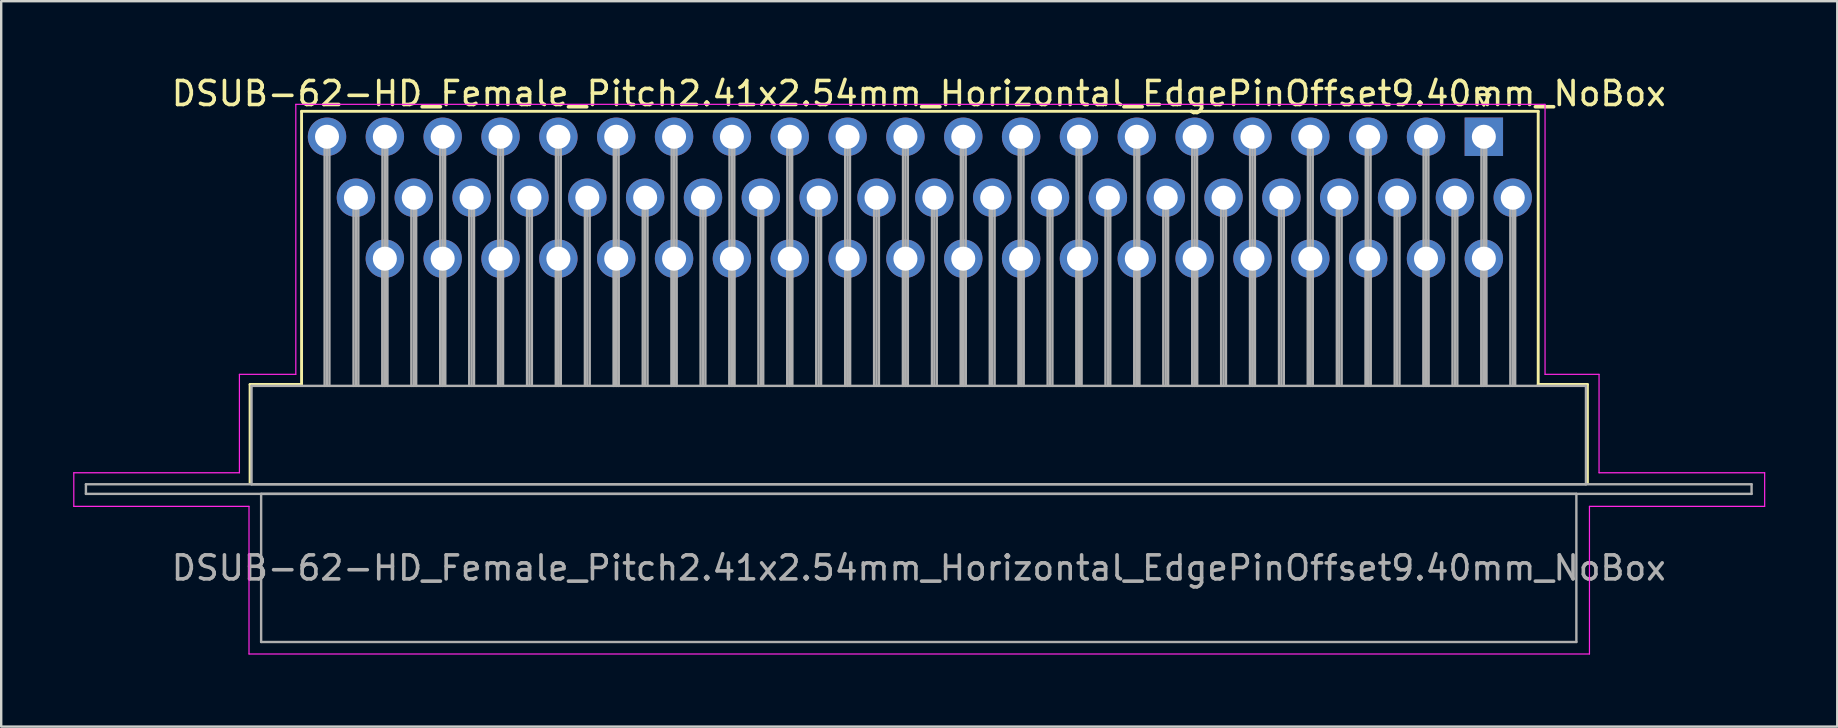
<source format=kicad_pcb>
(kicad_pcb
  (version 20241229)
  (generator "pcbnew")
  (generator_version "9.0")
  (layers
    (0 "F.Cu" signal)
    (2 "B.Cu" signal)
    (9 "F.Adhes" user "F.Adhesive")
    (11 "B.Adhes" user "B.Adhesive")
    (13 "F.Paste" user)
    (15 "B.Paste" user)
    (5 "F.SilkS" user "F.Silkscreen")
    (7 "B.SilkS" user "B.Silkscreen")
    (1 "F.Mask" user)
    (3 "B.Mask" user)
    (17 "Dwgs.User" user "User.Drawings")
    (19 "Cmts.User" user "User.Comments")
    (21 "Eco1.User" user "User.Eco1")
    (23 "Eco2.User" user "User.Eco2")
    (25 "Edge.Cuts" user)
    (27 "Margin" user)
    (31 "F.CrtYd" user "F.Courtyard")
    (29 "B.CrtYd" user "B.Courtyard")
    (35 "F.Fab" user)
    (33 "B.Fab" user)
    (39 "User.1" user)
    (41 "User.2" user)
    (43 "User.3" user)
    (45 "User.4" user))
  (footprint "DSUB-62-HD_Female_Pitch2.41x2.54mm_Horizontal_EdgePinOffset9.40mm_NoBox"
    (layer "F.Cu")
    (at 58.775 2.648)
    (property "Reference" "DSUB-62-HD_Female_Pitch2.41x2.54mm_Horizontal_EdgePinOffset9.40mm_NoBox" (at -23.545 -1.8 0) (layer "F.SilkS") (effects (font (size 1 1) (thickness 0.15))))
    (attr through_hole)
    (fp_line (start -51.405 10.32) (end -49.26 10.32) (stroke (width 0.12) (type solid)) (layer "F.SilkS"))
    (fp_line (start -51.405 14.42) (end -51.405 10.32) (stroke (width 0.12) (type solid)) (layer "F.SilkS"))
    (fp_line (start -49.26 -1.06) (end 2.265 -1.06) (stroke (width 0.12) (type solid)) (layer "F.SilkS"))
    (fp_line (start -49.26 10.32) (end -49.26 -1.06) (stroke (width 0.12) (type solid)) (layer "F.SilkS"))
    (fp_line (start -0.25 -1.754) (end 0.25 -1.754) (stroke (width 0.12) (type solid)) (layer "F.SilkS"))
    (fp_line (start 0 -1.321) (end -0.25 -1.754) (stroke (width 0.12) (type solid)) (layer "F.SilkS"))
    (fp_line (start 0.25 -1.754) (end 0 -1.321) (stroke (width 0.12) (type solid)) (layer "F.SilkS"))
    (fp_line (start 2.265 -1.06) (end 2.265 10.32) (stroke (width 0.12) (type solid)) (layer "F.SilkS"))
    (fp_line (start 2.265 10.32) (end 4.315 10.32) (stroke (width 0.12) (type solid)) (layer "F.SilkS"))
    (fp_line (start 4.315 10.32) (end 4.315 14.42) (stroke (width 0.12) (type solid)) (layer "F.SilkS"))
    (fp_line (start -58.75 14) (end -51.85 14) (stroke (width 0.05) (type solid)) (layer "F.CrtYd"))
    (fp_line (start -58.75 15.4) (end -58.75 14) (stroke (width 0.05) (type solid)) (layer "F.CrtYd"))
    (fp_line (start -51.85 9.9) (end -49.5 9.9) (stroke (width 0.05) (type solid)) (layer "F.CrtYd"))
    (fp_line (start -51.85 14) (end -51.85 9.9) (stroke (width 0.05) (type solid)) (layer "F.CrtYd"))
    (fp_line (start -51.45 15.4) (end -58.75 15.4) (stroke (width 0.05) (type solid)) (layer "F.CrtYd"))
    (fp_line (start -51.45 21.55) (end -51.45 15.4) (stroke (width 0.05) (type solid)) (layer "F.CrtYd"))
    (fp_line (start -49.5 -1.35) (end 2.55 -1.35) (stroke (width 0.05) (type solid)) (layer "F.CrtYd"))
    (fp_line (start -49.5 9.9) (end -49.5 -1.35) (stroke (width 0.05) (type solid)) (layer "F.CrtYd"))
    (fp_line (start 2.55 -1.35) (end 2.55 9.9) (stroke (width 0.05) (type solid)) (layer "F.CrtYd"))
    (fp_line (start 2.55 9.9) (end 4.8 9.9) (stroke (width 0.05) (type solid)) (layer "F.CrtYd"))
    (fp_line (start 4.4 15.4) (end 4.4 21.55) (stroke (width 0.05) (type solid)) (layer "F.CrtYd"))
    (fp_line (start 4.4 21.55) (end -51.45 21.55) (stroke (width 0.05) (type solid)) (layer "F.CrtYd"))
    (fp_line (start 4.8 9.9) (end 4.8 14) (stroke (width 0.05) (type solid)) (layer "F.CrtYd"))
    (fp_line (start 4.8 14) (end 11.7 14) (stroke (width 0.05) (type solid)) (layer "F.CrtYd"))
    (fp_line (start 11.7 14) (end 11.7 15.4) (stroke (width 0.05) (type solid)) (layer "F.CrtYd"))
    (fp_line (start 11.7 15.4) (end 4.4 15.4) (stroke (width 0.05) (type solid)) (layer "F.CrtYd"))
    (fp_line (start -58.245 14.48) (end -58.245 14.88) (stroke (width 0.1) (type solid)) (layer "F.Fab"))
    (fp_line (start -58.245 14.88) (end 11.155 14.88) (stroke (width 0.1) (type solid)) (layer "F.Fab"))
    (fp_line (start -51.345 10.38) (end -51.345 14.48) (stroke (width 0.1) (type solid)) (layer "F.Fab"))
    (fp_line (start -51.345 14.48) (end 4.255 14.48) (stroke (width 0.1) (type solid)) (layer "F.Fab"))
    (fp_line (start -50.945 14.88) (end -50.945 21.05) (stroke (width 0.1) (type solid)) (layer "F.Fab"))
    (fp_line (start -50.945 21.05) (end 3.855 21.05) (stroke (width 0.1) (type solid)) (layer "F.Fab"))
    (fp_line (start -48.3 0) (end -48.3 10.38) (stroke (width 0.1) (type solid)) (layer "F.Fab"))
    (fp_line (start -48.2 0) (end -48.2 10.38) (stroke (width 0.1) (type solid)) (layer "F.Fab"))
    (fp_line (start -48.1 0) (end -48.1 10.38) (stroke (width 0.1) (type solid)) (layer "F.Fab"))
    (fp_line (start -47.095 2.54) (end -47.095 10.38) (stroke (width 0.1) (type solid)) (layer "F.Fab"))
    (fp_line (start -46.995 2.54) (end -46.995 10.38) (stroke (width 0.1) (type solid)) (layer "F.Fab"))
    (fp_line (start -46.895 2.54) (end -46.895 10.38) (stroke (width 0.1) (type solid)) (layer "F.Fab"))
    (fp_line (start -45.89 0) (end -45.89 10.38) (stroke (width 0.1) (type solid)) (layer "F.Fab"))
    (fp_line (start -45.89 5.08) (end -45.89 10.38) (stroke (width 0.1) (type solid)) (layer "F.Fab"))
    (fp_line (start -45.79 0) (end -45.79 10.38) (stroke (width 0.1) (type solid)) (layer "F.Fab"))
    (fp_line (start -45.79 5.08) (end -45.79 10.38) (stroke (width 0.1) (type solid)) (layer "F.Fab"))
    (fp_line (start -45.69 0) (end -45.69 10.38) (stroke (width 0.1) (type solid)) (layer "F.Fab"))
    (fp_line (start -45.69 5.08) (end -45.69 10.38) (stroke (width 0.1) (type solid)) (layer "F.Fab"))
    (fp_line (start -44.685 2.54) (end -44.685 10.38) (stroke (width 0.1) (type solid)) (layer "F.Fab"))
    (fp_line (start -44.585 2.54) (end -44.585 10.38) (stroke (width 0.1) (type solid)) (layer "F.Fab"))
    (fp_line (start -44.485 2.54) (end -44.485 10.38) (stroke (width 0.1) (type solid)) (layer "F.Fab"))
    (fp_line (start -43.48 0) (end -43.48 10.38) (stroke (width 0.1) (type solid)) (layer "F.Fab"))
    (fp_line (start -43.48 5.08) (end -43.48 10.38) (stroke (width 0.1) (type solid)) (layer "F.Fab"))
    (fp_line (start -43.38 0) (end -43.38 10.38) (stroke (width 0.1) (type solid)) (layer "F.Fab"))
    (fp_line (start -43.38 5.08) (end -43.38 10.38) (stroke (width 0.1) (type solid)) (layer "F.Fab"))
    (fp_line (start -43.28 0) (end -43.28 10.38) (stroke (width 0.1) (type solid)) (layer "F.Fab"))
    (fp_line (start -43.28 5.08) (end -43.28 10.38) (stroke (width 0.1) (type solid)) (layer "F.Fab"))
    (fp_line (start -42.275 2.54) (end -42.275 10.38) (stroke (width 0.1) (type solid)) (layer "F.Fab"))
    (fp_line (start -42.175 2.54) (end -42.175 10.38) (stroke (width 0.1) (type solid)) (layer "F.Fab"))
    (fp_line (start -42.075 2.54) (end -42.075 10.38) (stroke (width 0.1) (type solid)) (layer "F.Fab"))
    (fp_line (start -41.07 0) (end -41.07 10.38) (stroke (width 0.1) (type solid)) (layer "F.Fab"))
    (fp_line (start -41.07 5.08) (end -41.07 10.38) (stroke (width 0.1) (type solid)) (layer "F.Fab"))
    (fp_line (start -40.97 0) (end -40.97 10.38) (stroke (width 0.1) (type solid)) (layer "F.Fab"))
    (fp_line (start -40.97 5.08) (end -40.97 10.38) (stroke (width 0.1) (type solid)) (layer "F.Fab"))
    (fp_line (start -40.87 0) (end -40.87 10.38) (stroke (width 0.1) (type solid)) (layer "F.Fab"))
    (fp_line (start -40.87 5.08) (end -40.87 10.38) (stroke (width 0.1) (type solid)) (layer "F.Fab"))
    (fp_line (start -39.865 2.54) (end -39.865 10.38) (stroke (width 0.1) (type solid)) (layer "F.Fab"))
    (fp_line (start -39.765 2.54) (end -39.765 10.38) (stroke (width 0.1) (type solid)) (layer "F.Fab"))
    (fp_line (start -39.665 2.54) (end -39.665 10.38) (stroke (width 0.1) (type solid)) (layer "F.Fab"))
    (fp_line (start -38.66 0) (end -38.66 10.38) (stroke (width 0.1) (type solid)) (layer "F.Fab"))
    (fp_line (start -38.66 5.08) (end -38.66 10.38) (stroke (width 0.1) (type solid)) (layer "F.Fab"))
    (fp_line (start -38.56 0) (end -38.56 10.38) (stroke (width 0.1) (type solid)) (layer "F.Fab"))
    (fp_line (start -38.56 5.08) (end -38.56 10.38) (stroke (width 0.1) (type solid)) (layer "F.Fab"))
    (fp_line (start -38.46 0) (end -38.46 10.38) (stroke (width 0.1) (type solid)) (layer "F.Fab"))
    (fp_line (start -38.46 5.08) (end -38.46 10.38) (stroke (width 0.1) (type solid)) (layer "F.Fab"))
    (fp_line (start -37.455 2.54) (end -37.455 10.38) (stroke (width 0.1) (type solid)) (layer "F.Fab"))
    (fp_line (start -37.355 2.54) (end -37.355 10.38) (stroke (width 0.1) (type solid)) (layer "F.Fab"))
    (fp_line (start -37.255 2.54) (end -37.255 10.38) (stroke (width 0.1) (type solid)) (layer "F.Fab"))
    (fp_line (start -36.25 0) (end -36.25 10.38) (stroke (width 0.1) (type solid)) (layer "F.Fab"))
    (fp_line (start -36.25 5.08) (end -36.25 10.38) (stroke (width 0.1) (type solid)) (layer "F.Fab"))
    (fp_line (start -36.15 0) (end -36.15 10.38) (stroke (width 0.1) (type solid)) (layer "F.Fab"))
    (fp_line (start -36.15 5.08) (end -36.15 10.38) (stroke (width 0.1) (type solid)) (layer "F.Fab"))
    (fp_line (start -36.05 0) (end -36.05 10.38) (stroke (width 0.1) (type solid)) (layer "F.Fab"))
    (fp_line (start -36.05 5.08) (end -36.05 10.38) (stroke (width 0.1) (type solid)) (layer "F.Fab"))
    (fp_line (start -35.045 2.54) (end -35.045 10.38) (stroke (width 0.1) (type solid)) (layer "F.Fab"))
    (fp_line (start -34.945 2.54) (end -34.945 10.38) (stroke (width 0.1) (type solid)) (layer "F.Fab"))
    (fp_line (start -34.845 2.54) (end -34.845 10.38) (stroke (width 0.1) (type solid)) (layer "F.Fab"))
    (fp_line (start -33.84 0) (end -33.84 10.38) (stroke (width 0.1) (type solid)) (layer "F.Fab"))
    (fp_line (start -33.84 5.08) (end -33.84 10.38) (stroke (width 0.1) (type solid)) (layer "F.Fab"))
    (fp_line (start -33.74 0) (end -33.74 10.38) (stroke (width 0.1) (type solid)) (layer "F.Fab"))
    (fp_line (start -33.74 5.08) (end -33.74 10.38) (stroke (width 0.1) (type solid)) (layer "F.Fab"))
    (fp_line (start -33.64 0) (end -33.64 10.38) (stroke (width 0.1) (type solid)) (layer "F.Fab"))
    (fp_line (start -33.64 5.08) (end -33.64 10.38) (stroke (width 0.1) (type solid)) (layer "F.Fab"))
    (fp_line (start -32.635 2.54) (end -32.635 10.38) (stroke (width 0.1) (type solid)) (layer "F.Fab"))
    (fp_line (start -32.535 2.54) (end -32.535 10.38) (stroke (width 0.1) (type solid)) (layer "F.Fab"))
    (fp_line (start -32.435 2.54) (end -32.435 10.38) (stroke (width 0.1) (type solid)) (layer "F.Fab"))
    (fp_line (start -31.43 0) (end -31.43 10.38) (stroke (width 0.1) (type solid)) (layer "F.Fab"))
    (fp_line (start -31.43 5.08) (end -31.43 10.38) (stroke (width 0.1) (type solid)) (layer "F.Fab"))
    (fp_line (start -31.33 0) (end -31.33 10.38) (stroke (width 0.1) (type solid)) (layer "F.Fab"))
    (fp_line (start -31.33 5.08) (end -31.33 10.38) (stroke (width 0.1) (type solid)) (layer "F.Fab"))
    (fp_line (start -31.23 0) (end -31.23 10.38) (stroke (width 0.1) (type solid)) (layer "F.Fab"))
    (fp_line (start -31.23 5.08) (end -31.23 10.38) (stroke (width 0.1) (type solid)) (layer "F.Fab"))
    (fp_line (start -30.225 2.54) (end -30.225 10.38) (stroke (width 0.1) (type solid)) (layer "F.Fab"))
    (fp_line (start -30.125 2.54) (end -30.125 10.38) (stroke (width 0.1) (type solid)) (layer "F.Fab"))
    (fp_line (start -30.025 2.54) (end -30.025 10.38) (stroke (width 0.1) (type solid)) (layer "F.Fab"))
    (fp_line (start -29.02 0) (end -29.02 10.38) (stroke (width 0.1) (type solid)) (layer "F.Fab"))
    (fp_line (start -29.02 5.08) (end -29.02 10.38) (stroke (width 0.1) (type solid)) (layer "F.Fab"))
    (fp_line (start -28.92 0) (end -28.92 10.38) (stroke (width 0.1) (type solid)) (layer "F.Fab"))
    (fp_line (start -28.92 5.08) (end -28.92 10.38) (stroke (width 0.1) (type solid)) (layer "F.Fab"))
    (fp_line (start -28.82 0) (end -28.82 10.38) (stroke (width 0.1) (type solid)) (layer "F.Fab"))
    (fp_line (start -28.82 5.08) (end -28.82 10.38) (stroke (width 0.1) (type solid)) (layer "F.Fab"))
    (fp_line (start -27.815 2.54) (end -27.815 10.38) (stroke (width 0.1) (type solid)) (layer "F.Fab"))
    (fp_line (start -27.715 2.54) (end -27.715 10.38) (stroke (width 0.1) (type solid)) (layer "F.Fab"))
    (fp_line (start -27.615 2.54) (end -27.615 10.38) (stroke (width 0.1) (type solid)) (layer "F.Fab"))
    (fp_line (start -26.61 0) (end -26.61 10.38) (stroke (width 0.1) (type solid)) (layer "F.Fab"))
    (fp_line (start -26.61 5.08) (end -26.61 10.38) (stroke (width 0.1) (type solid)) (layer "F.Fab"))
    (fp_line (start -26.51 0) (end -26.51 10.38) (stroke (width 0.1) (type solid)) (layer "F.Fab"))
    (fp_line (start -26.51 5.08) (end -26.51 10.38) (stroke (width 0.1) (type solid)) (layer "F.Fab"))
    (fp_line (start -26.41 0) (end -26.41 10.38) (stroke (width 0.1) (type solid)) (layer "F.Fab"))
    (fp_line (start -26.41 5.08) (end -26.41 10.38) (stroke (width 0.1) (type solid)) (layer "F.Fab"))
    (fp_line (start -25.405 2.54) (end -25.405 10.38) (stroke (width 0.1) (type solid)) (layer "F.Fab"))
    (fp_line (start -25.305 2.54) (end -25.305 10.38) (stroke (width 0.1) (type solid)) (layer "F.Fab"))
    (fp_line (start -25.205 2.54) (end -25.205 10.38) (stroke (width 0.1) (type solid)) (layer "F.Fab"))
    (fp_line (start -24.2 0) (end -24.2 10.38) (stroke (width 0.1) (type solid)) (layer "F.Fab"))
    (fp_line (start -24.2 5.08) (end -24.2 10.38) (stroke (width 0.1) (type solid)) (layer "F.Fab"))
    (fp_line (start -24.1 0) (end -24.1 10.38) (stroke (width 0.1) (type solid)) (layer "F.Fab"))
    (fp_line (start -24.1 5.08) (end -24.1 10.38) (stroke (width 0.1) (type solid)) (layer "F.Fab"))
    (fp_line (start -24 0) (end -24 10.38) (stroke (width 0.1) (type solid)) (layer "F.Fab"))
    (fp_line (start -24 5.08) (end -24 10.38) (stroke (width 0.1) (type solid)) (layer "F.Fab"))
    (fp_line (start -22.995 2.54) (end -22.995 10.38) (stroke (width 0.1) (type solid)) (layer "F.Fab"))
    (fp_line (start -22.895 2.54) (end -22.895 10.38) (stroke (width 0.1) (type solid)) (layer "F.Fab"))
    (fp_line (start -22.795 2.54) (end -22.795 10.38) (stroke (width 0.1) (type solid)) (layer "F.Fab"))
    (fp_line (start -21.79 0) (end -21.79 10.38) (stroke (width 0.1) (type solid)) (layer "F.Fab"))
    (fp_line (start -21.79 5.08) (end -21.79 10.38) (stroke (width 0.1) (type solid)) (layer "F.Fab"))
    (fp_line (start -21.69 0) (end -21.69 10.38) (stroke (width 0.1) (type solid)) (layer "F.Fab"))
    (fp_line (start -21.69 5.08) (end -21.69 10.38) (stroke (width 0.1) (type solid)) (layer "F.Fab"))
    (fp_line (start -21.59 0) (end -21.59 10.38) (stroke (width 0.1) (type solid)) (layer "F.Fab"))
    (fp_line (start -21.59 5.08) (end -21.59 10.38) (stroke (width 0.1) (type solid)) (layer "F.Fab"))
    (fp_line (start -20.585 2.54) (end -20.585 10.38) (stroke (width 0.1) (type solid)) (layer "F.Fab"))
    (fp_line (start -20.485 2.54) (end -20.485 10.38) (stroke (width 0.1) (type solid)) (layer "F.Fab"))
    (fp_line (start -20.385 2.54) (end -20.385 10.38) (stroke (width 0.1) (type solid)) (layer "F.Fab"))
    (fp_line (start -19.38 0) (end -19.38 10.38) (stroke (width 0.1) (type solid)) (layer "F.Fab"))
    (fp_line (start -19.38 5.08) (end -19.38 10.38) (stroke (width 0.1) (type solid)) (layer "F.Fab"))
    (fp_line (start -19.28 0) (end -19.28 10.38) (stroke (width 0.1) (type solid)) (layer "F.Fab"))
    (fp_line (start -19.28 5.08) (end -19.28 10.38) (stroke (width 0.1) (type solid)) (layer "F.Fab"))
    (fp_line (start -19.18 0) (end -19.18 10.38) (stroke (width 0.1) (type solid)) (layer "F.Fab"))
    (fp_line (start -19.18 5.08) (end -19.18 10.38) (stroke (width 0.1) (type solid)) (layer "F.Fab"))
    (fp_line (start -18.175 2.54) (end -18.175 10.38) (stroke (width 0.1) (type solid)) (layer "F.Fab"))
    (fp_line (start -18.075 2.54) (end -18.075 10.38) (stroke (width 0.1) (type solid)) (layer "F.Fab"))
    (fp_line (start -17.975 2.54) (end -17.975 10.38) (stroke (width 0.1) (type solid)) (layer "F.Fab"))
    (fp_line (start -16.97 0) (end -16.97 10.38) (stroke (width 0.1) (type solid)) (layer "F.Fab"))
    (fp_line (start -16.97 5.08) (end -16.97 10.38) (stroke (width 0.1) (type solid)) (layer "F.Fab"))
    (fp_line (start -16.87 0) (end -16.87 10.38) (stroke (width 0.1) (type solid)) (layer "F.Fab"))
    (fp_line (start -16.87 5.08) (end -16.87 10.38) (stroke (width 0.1) (type solid)) (layer "F.Fab"))
    (fp_line (start -16.77 0) (end -16.77 10.38) (stroke (width 0.1) (type solid)) (layer "F.Fab"))
    (fp_line (start -16.77 5.08) (end -16.77 10.38) (stroke (width 0.1) (type solid)) (layer "F.Fab"))
    (fp_line (start -15.765 2.54) (end -15.765 10.38) (stroke (width 0.1) (type solid)) (layer "F.Fab"))
    (fp_line (start -15.665 2.54) (end -15.665 10.38) (stroke (width 0.1) (type solid)) (layer "F.Fab"))
    (fp_line (start -15.565 2.54) (end -15.565 10.38) (stroke (width 0.1) (type solid)) (layer "F.Fab"))
    (fp_line (start -14.56 0) (end -14.56 10.38) (stroke (width 0.1) (type solid)) (layer "F.Fab"))
    (fp_line (start -14.56 5.08) (end -14.56 10.38) (stroke (width 0.1) (type solid)) (layer "F.Fab"))
    (fp_line (start -14.46 0) (end -14.46 10.38) (stroke (width 0.1) (type solid)) (layer "F.Fab"))
    (fp_line (start -14.46 5.08) (end -14.46 10.38) (stroke (width 0.1) (type solid)) (layer "F.Fab"))
    (fp_line (start -14.36 0) (end -14.36 10.38) (stroke (width 0.1) (type solid)) (layer "F.Fab"))
    (fp_line (start -14.36 5.08) (end -14.36 10.38) (stroke (width 0.1) (type solid)) (layer "F.Fab"))
    (fp_line (start -13.355 2.54) (end -13.355 10.38) (stroke (width 0.1) (type solid)) (layer "F.Fab"))
    (fp_line (start -13.255 2.54) (end -13.255 10.38) (stroke (width 0.1) (type solid)) (layer "F.Fab"))
    (fp_line (start -13.155 2.54) (end -13.155 10.38) (stroke (width 0.1) (type solid)) (layer "F.Fab"))
    (fp_line (start -12.15 0) (end -12.15 10.38) (stroke (width 0.1) (type solid)) (layer "F.Fab"))
    (fp_line (start -12.15 5.08) (end -12.15 10.38) (stroke (width 0.1) (type solid)) (layer "F.Fab"))
    (fp_line (start -12.05 0) (end -12.05 10.38) (stroke (width 0.1) (type solid)) (layer "F.Fab"))
    (fp_line (start -12.05 5.08) (end -12.05 10.38) (stroke (width 0.1) (type solid)) (layer "F.Fab"))
    (fp_line (start -11.95 0) (end -11.95 10.38) (stroke (width 0.1) (type solid)) (layer "F.Fab"))
    (fp_line (start -11.95 5.08) (end -11.95 10.38) (stroke (width 0.1) (type solid)) (layer "F.Fab"))
    (fp_line (start -10.945 2.54) (end -10.945 10.38) (stroke (width 0.1) (type solid)) (layer "F.Fab"))
    (fp_line (start -10.845 2.54) (end -10.845 10.38) (stroke (width 0.1) (type solid)) (layer "F.Fab"))
    (fp_line (start -10.745 2.54) (end -10.745 10.38) (stroke (width 0.1) (type solid)) (layer "F.Fab"))
    (fp_line (start -9.74 0) (end -9.74 10.38) (stroke (width 0.1) (type solid)) (layer "F.Fab"))
    (fp_line (start -9.74 5.08) (end -9.74 10.38) (stroke (width 0.1) (type solid)) (layer "F.Fab"))
    (fp_line (start -9.64 0) (end -9.64 10.38) (stroke (width 0.1) (type solid)) (layer "F.Fab"))
    (fp_line (start -9.64 5.08) (end -9.64 10.38) (stroke (width 0.1) (type solid)) (layer "F.Fab"))
    (fp_line (start -9.54 0) (end -9.54 10.38) (stroke (width 0.1) (type solid)) (layer "F.Fab"))
    (fp_line (start -9.54 5.08) (end -9.54 10.38) (stroke (width 0.1) (type solid)) (layer "F.Fab"))
    (fp_line (start -8.535 2.54) (end -8.535 10.38) (stroke (width 0.1) (type solid)) (layer "F.Fab"))
    (fp_line (start -8.435 2.54) (end -8.435 10.38) (stroke (width 0.1) (type solid)) (layer "F.Fab"))
    (fp_line (start -8.335 2.54) (end -8.335 10.38) (stroke (width 0.1) (type solid)) (layer "F.Fab"))
    (fp_line (start -7.33 0) (end -7.33 10.38) (stroke (width 0.1) (type solid)) (layer "F.Fab"))
    (fp_line (start -7.33 5.08) (end -7.33 10.38) (stroke (width 0.1) (type solid)) (layer "F.Fab"))
    (fp_line (start -7.23 0) (end -7.23 10.38) (stroke (width 0.1) (type solid)) (layer "F.Fab"))
    (fp_line (start -7.23 5.08) (end -7.23 10.38) (stroke (width 0.1) (type solid)) (layer "F.Fab"))
    (fp_line (start -7.13 0) (end -7.13 10.38) (stroke (width 0.1) (type solid)) (layer "F.Fab"))
    (fp_line (start -7.13 5.08) (end -7.13 10.38) (stroke (width 0.1) (type solid)) (layer "F.Fab"))
    (fp_line (start -6.125 2.54) (end -6.125 10.38) (stroke (width 0.1) (type solid)) (layer "F.Fab"))
    (fp_line (start -6.025 2.54) (end -6.025 10.38) (stroke (width 0.1) (type solid)) (layer "F.Fab"))
    (fp_line (start -5.925 2.54) (end -5.925 10.38) (stroke (width 0.1) (type solid)) (layer "F.Fab"))
    (fp_line (start -4.92 0) (end -4.92 10.38) (stroke (width 0.1) (type solid)) (layer "F.Fab"))
    (fp_line (start -4.92 5.08) (end -4.92 10.38) (stroke (width 0.1) (type solid)) (layer "F.Fab"))
    (fp_line (start -4.82 0) (end -4.82 10.38) (stroke (width 0.1) (type solid)) (layer "F.Fab"))
    (fp_line (start -4.82 5.08) (end -4.82 10.38) (stroke (width 0.1) (type solid)) (layer "F.Fab"))
    (fp_line (start -4.72 0) (end -4.72 10.38) (stroke (width 0.1) (type solid)) (layer "F.Fab"))
    (fp_line (start -4.72 5.08) (end -4.72 10.38) (stroke (width 0.1) (type solid)) (layer "F.Fab"))
    (fp_line (start -3.715 2.54) (end -3.715 10.38) (stroke (width 0.1) (type solid)) (layer "F.Fab"))
    (fp_line (start -3.615 2.54) (end -3.615 10.38) (stroke (width 0.1) (type solid)) (layer "F.Fab"))
    (fp_line (start -3.515 2.54) (end -3.515 10.38) (stroke (width 0.1) (type solid)) (layer "F.Fab"))
    (fp_line (start -2.51 0) (end -2.51 10.38) (stroke (width 0.1) (type solid)) (layer "F.Fab"))
    (fp_line (start -2.51 5.08) (end -2.51 10.38) (stroke (width 0.1) (type solid)) (layer "F.Fab"))
    (fp_line (start -2.41 0) (end -2.41 10.38) (stroke (width 0.1) (type solid)) (layer "F.Fab"))
    (fp_line (start -2.41 5.08) (end -2.41 10.38) (stroke (width 0.1) (type solid)) (layer "F.Fab"))
    (fp_line (start -2.31 0) (end -2.31 10.38) (stroke (width 0.1) (type solid)) (layer "F.Fab"))
    (fp_line (start -2.31 5.08) (end -2.31 10.38) (stroke (width 0.1) (type solid)) (layer "F.Fab"))
    (fp_line (start -1.305 2.54) (end -1.305 10.38) (stroke (width 0.1) (type solid)) (layer "F.Fab"))
    (fp_line (start -1.205 2.54) (end -1.205 10.38) (stroke (width 0.1) (type solid)) (layer "F.Fab"))
    (fp_line (start -1.105 2.54) (end -1.105 10.38) (stroke (width 0.1) (type solid)) (layer "F.Fab"))
    (fp_line (start -0.1 0) (end -0.1 10.38) (stroke (width 0.1) (type solid)) (layer "F.Fab"))
    (fp_line (start -0.1 5.08) (end -0.1 10.38) (stroke (width 0.1) (type solid)) (layer "F.Fab"))
    (fp_line (start 0 0) (end 0 10.38) (stroke (width 0.1) (type solid)) (layer "F.Fab"))
    (fp_line (start 0 5.08) (end 0 10.38) (stroke (width 0.1) (type solid)) (layer "F.Fab"))
    (fp_line (start 0.1 0) (end 0.1 10.38) (stroke (width 0.1) (type solid)) (layer "F.Fab"))
    (fp_line (start 0.1 5.08) (end 0.1 10.38) (stroke (width 0.1) (type solid)) (layer "F.Fab"))
    (fp_line (start 1.105 2.54) (end 1.105 10.38) (stroke (width 0.1) (type solid)) (layer "F.Fab"))
    (fp_line (start 1.205 2.54) (end 1.205 10.38) (stroke (width 0.1) (type solid)) (layer "F.Fab"))
    (fp_line (start 1.305 2.54) (end 1.305 10.38) (stroke (width 0.1) (type solid)) (layer "F.Fab"))
    (fp_line (start 3.855 14.88) (end -50.945 14.88) (stroke (width 0.1) (type solid)) (layer "F.Fab"))
    (fp_line (start 3.855 21.05) (end 3.855 14.88) (stroke (width 0.1) (type solid)) (layer "F.Fab"))
    (fp_line (start 4.255 10.38) (end -51.345 10.38) (stroke (width 0.1) (type solid)) (layer "F.Fab"))
    (fp_line (start 4.255 14.48) (end 4.255 10.38) (stroke (width 0.1) (type solid)) (layer "F.Fab"))
    (fp_line (start 11.155 14.48) (end -58.245 14.48) (stroke (width 0.1) (type solid)) (layer "F.Fab"))
    (fp_line (start 11.155 14.88) (end 11.155 14.48) (stroke (width 0.1) (type solid)) (layer "F.Fab"))
    (fp_text user "${REFERENCE}" (at -23.545 17.965 0) (layer "F.Fab") (effects (font (size 1 1) (thickness 0.15))))
    (pad "1" thru_hole rect (at 0 0) (size 1.6 1.6) (drill 1) (layers "*.Cu" "*.Mask"))
    (pad "2" thru_hole circle (at -2.41 0) (size 1.6 1.6) (drill 1) (layers "*.Cu" "*.Mask"))
    (pad "3" thru_hole circle (at -4.82 0) (size 1.6 1.6) (drill 1) (layers "*.Cu" "*.Mask"))
    (pad "4" thru_hole circle (at -7.23 0) (size 1.6 1.6) (drill 1) (layers "*.Cu" "*.Mask"))
    (pad "5" thru_hole circle (at -9.64 0) (size 1.6 1.6) (drill 1) (layers "*.Cu" "*.Mask"))
    (pad "6" thru_hole circle (at -12.05 0) (size 1.6 1.6) (drill 1) (layers "*.Cu" "*.Mask"))
    (pad "7" thru_hole circle (at -14.46 0) (size 1.6 1.6) (drill 1) (layers "*.Cu" "*.Mask"))
    (pad "8" thru_hole circle (at -16.87 0) (size 1.6 1.6) (drill 1) (layers "*.Cu" "*.Mask"))
    (pad "9" thru_hole circle (at -19.28 0) (size 1.6 1.6) (drill 1) (layers "*.Cu" "*.Mask"))
    (pad "10" thru_hole circle (at -21.69 0) (size 1.6 1.6) (drill 1) (layers "*.Cu" "*.Mask"))
    (pad "11" thru_hole circle (at -24.1 0) (size 1.6 1.6) (drill 1) (layers "*.Cu" "*.Mask"))
    (pad "12" thru_hole circle (at -26.51 0) (size 1.6 1.6) (drill 1) (layers "*.Cu" "*.Mask"))
    (pad "13" thru_hole circle (at -28.92 0) (size 1.6 1.6) (drill 1) (layers "*.Cu" "*.Mask"))
    (pad "14" thru_hole circle (at -31.33 0) (size 1.6 1.6) (drill 1) (layers "*.Cu" "*.Mask"))
    (pad "15" thru_hole circle (at -33.74 0) (size 1.6 1.6) (drill 1) (layers "*.Cu" "*.Mask"))
    (pad "16" thru_hole circle (at -36.15 0) (size 1.6 1.6) (drill 1) (layers "*.Cu" "*.Mask"))
    (pad "17" thru_hole circle (at -38.56 0) (size 1.6 1.6) (drill 1) (layers "*.Cu" "*.Mask"))
    (pad "18" thru_hole circle (at -40.97 0) (size 1.6 1.6) (drill 1) (layers "*.Cu" "*.Mask"))
    (pad "19" thru_hole circle (at -43.38 0) (size 1.6 1.6) (drill 1) (layers "*.Cu" "*.Mask"))
    (pad "20" thru_hole circle (at -45.79 0) (size 1.6 1.6) (drill 1) (layers "*.Cu" "*.Mask"))
    (pad "21" thru_hole circle (at -48.2 0) (size 1.6 1.6) (drill 1) (layers "*.Cu" "*.Mask"))
    (pad "22" thru_hole circle (at 1.205 2.54) (size 1.6 1.6) (drill 1) (layers "*.Cu" "*.Mask"))
    (pad "23" thru_hole circle (at -1.205 2.54) (size 1.6 1.6) (drill 1) (layers "*.Cu" "*.Mask"))
    (pad "24" thru_hole circle (at -3.615 2.54) (size 1.6 1.6) (drill 1) (layers "*.Cu" "*.Mask"))
    (pad "25" thru_hole circle (at -6.025 2.54) (size 1.6 1.6) (drill 1) (layers "*.Cu" "*.Mask"))
    (pad "26" thru_hole circle (at -8.435 2.54) (size 1.6 1.6) (drill 1) (layers "*.Cu" "*.Mask"))
    (pad "27" thru_hole circle (at -10.845 2.54) (size 1.6 1.6) (drill 1) (layers "*.Cu" "*.Mask"))
    (pad "28" thru_hole circle (at -13.255 2.54) (size 1.6 1.6) (drill 1) (layers "*.Cu" "*.Mask"))
    (pad "29" thru_hole circle (at -15.665 2.54) (size 1.6 1.6) (drill 1) (layers "*.Cu" "*.Mask"))
    (pad "30" thru_hole circle (at -18.075 2.54) (size 1.6 1.6) (drill 1) (layers "*.Cu" "*.Mask"))
    (pad "31" thru_hole circle (at -20.485 2.54) (size 1.6 1.6) (drill 1) (layers "*.Cu" "*.Mask"))
    (pad "32" thru_hole circle (at -22.895 2.54) (size 1.6 1.6) (drill 1) (layers "*.Cu" "*.Mask"))
    (pad "33" thru_hole circle (at -25.305 2.54) (size 1.6 1.6) (drill 1) (layers "*.Cu" "*.Mask"))
    (pad "34" thru_hole circle (at -27.715 2.54) (size 1.6 1.6) (drill 1) (layers "*.Cu" "*.Mask"))
    (pad "35" thru_hole circle (at -30.125 2.54) (size 1.6 1.6) (drill 1) (layers "*.Cu" "*.Mask"))
    (pad "36" thru_hole circle (at -32.535 2.54) (size 1.6 1.6) (drill 1) (layers "*.Cu" "*.Mask"))
    (pad "37" thru_hole circle (at -34.945 2.54) (size 1.6 1.6) (drill 1) (layers "*.Cu" "*.Mask"))
    (pad "38" thru_hole circle (at -37.355 2.54) (size 1.6 1.6) (drill 1) (layers "*.Cu" "*.Mask"))
    (pad "39" thru_hole circle (at -39.765 2.54) (size 1.6 1.6) (drill 1) (layers "*.Cu" "*.Mask"))
    (pad "40" thru_hole circle (at -42.175 2.54) (size 1.6 1.6) (drill 1) (layers "*.Cu" "*.Mask"))
    (pad "41" thru_hole circle (at -44.585 2.54) (size 1.6 1.6) (drill 1) (layers "*.Cu" "*.Mask"))
    (pad "42" thru_hole circle (at -46.995 2.54) (size 1.6 1.6) (drill 1) (layers "*.Cu" "*.Mask"))
    (pad "43" thru_hole circle (at 0 5.08) (size 1.6 1.6) (drill 1) (layers "*.Cu" "*.Mask"))
    (pad "44" thru_hole circle (at -2.41 5.08) (size 1.6 1.6) (drill 1) (layers "*.Cu" "*.Mask"))
    (pad "45" thru_hole circle (at -4.82 5.08) (size 1.6 1.6) (drill 1) (layers "*.Cu" "*.Mask"))
    (pad "46" thru_hole circle (at -7.23 5.08) (size 1.6 1.6) (drill 1) (layers "*.Cu" "*.Mask"))
    (pad "47" thru_hole circle (at -9.64 5.08) (size 1.6 1.6) (drill 1) (layers "*.Cu" "*.Mask"))
    (pad "48" thru_hole circle (at -12.05 5.08) (size 1.6 1.6) (drill 1) (layers "*.Cu" "*.Mask"))
    (pad "49" thru_hole circle (at -14.46 5.08) (size 1.6 1.6) (drill 1) (layers "*.Cu" "*.Mask"))
    (pad "50" thru_hole circle (at -16.87 5.08) (size 1.6 1.6) (drill 1) (layers "*.Cu" "*.Mask"))
    (pad "51" thru_hole circle (at -19.28 5.08) (size 1.6 1.6) (drill 1) (layers "*.Cu" "*.Mask"))
    (pad "52" thru_hole circle (at -21.69 5.08) (size 1.6 1.6) (drill 1) (layers "*.Cu" "*.Mask"))
    (pad "53" thru_hole circle (at -24.1 5.08) (size 1.6 1.6) (drill 1) (layers "*.Cu" "*.Mask"))
    (pad "54" thru_hole circle (at -26.51 5.08) (size 1.6 1.6) (drill 1) (layers "*.Cu" "*.Mask"))
    (pad "55" thru_hole circle (at -28.92 5.08) (size 1.6 1.6) (drill 1) (layers "*.Cu" "*.Mask"))
    (pad "56" thru_hole circle (at -31.33 5.08) (size 1.6 1.6) (drill 1) (layers "*.Cu" "*.Mask"))
    (pad "57" thru_hole circle (at -33.74 5.08) (size 1.6 1.6) (drill 1) (layers "*.Cu" "*.Mask"))
    (pad "58" thru_hole circle (at -36.15 5.08) (size 1.6 1.6) (drill 1) (layers "*.Cu" "*.Mask"))
    (pad "59" thru_hole circle (at -38.56 5.08) (size 1.6 1.6) (drill 1) (layers "*.Cu" "*.Mask"))
    (pad "60" thru_hole circle (at -40.97 5.08) (size 1.6 1.6) (drill 1) (layers "*.Cu" "*.Mask"))
    (pad "61" thru_hole circle (at -43.38 5.08) (size 1.6 1.6) (drill 1) (layers "*.Cu" "*.Mask"))
    (pad "62" thru_hole circle (at -45.79 5.08) (size 1.6 1.6) (drill 1) (layers "*.Cu" "*.Mask")))
  (gr_rect
    (start -3 -3)
    (end 73.5 27.223)
    (stroke (width 0.1) (type default))
    (fill no)
    (layer "Edge.Cuts")))
</source>
